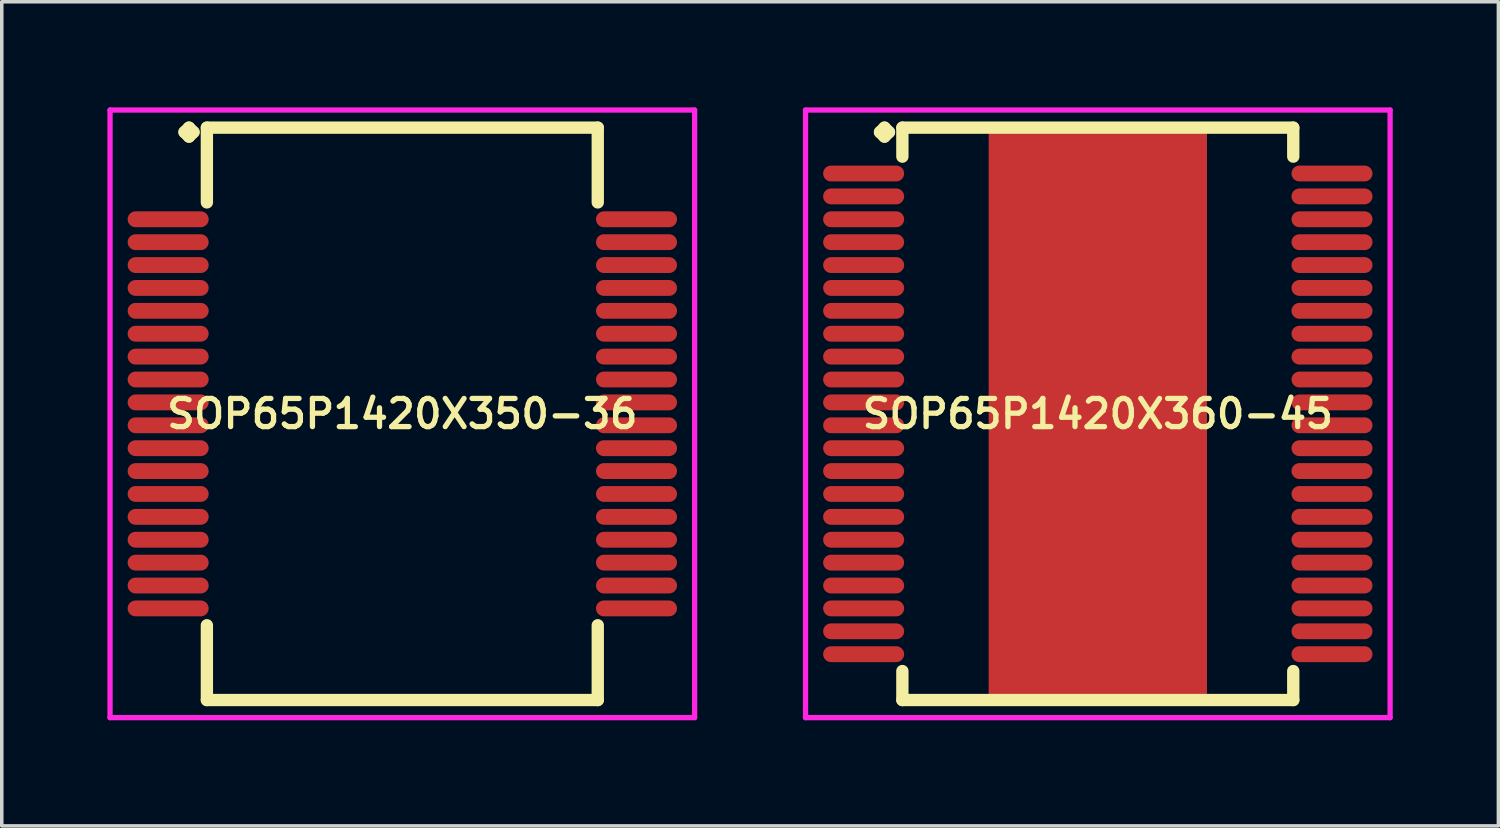
<source format=kicad_pcb>
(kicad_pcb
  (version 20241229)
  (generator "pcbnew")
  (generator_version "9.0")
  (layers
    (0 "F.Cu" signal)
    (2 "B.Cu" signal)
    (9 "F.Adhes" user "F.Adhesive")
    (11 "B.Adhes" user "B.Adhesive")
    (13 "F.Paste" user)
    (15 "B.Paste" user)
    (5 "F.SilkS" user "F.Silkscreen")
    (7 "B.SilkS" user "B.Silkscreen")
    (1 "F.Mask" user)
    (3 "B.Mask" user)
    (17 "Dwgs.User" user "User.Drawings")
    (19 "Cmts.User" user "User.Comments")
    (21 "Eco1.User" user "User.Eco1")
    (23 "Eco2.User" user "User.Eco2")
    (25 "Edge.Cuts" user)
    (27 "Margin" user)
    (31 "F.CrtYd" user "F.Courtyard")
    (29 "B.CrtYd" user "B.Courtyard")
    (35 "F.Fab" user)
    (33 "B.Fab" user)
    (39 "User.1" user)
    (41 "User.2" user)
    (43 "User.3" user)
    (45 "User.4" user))
  (footprint "SOP65P1420X350-36"
    (layer "F.Cu")
    (at 8.375 8.702)
    (property "Reference" "SOP65P1420X350-36" (at 0 0 0) (layer "F.SilkS") (effects (font (size 0.8 0.8) (thickness 0.15))))
    (attr smd)
    (fp_line (start -6.185 -8) (end -6.058 -8.127) (stroke (width 0.35) (type solid)) (layer "F.SilkS"))
    (fp_line (start -6.058 -8.127) (end -5.931 -8) (stroke (width 0.35) (type solid)) (layer "F.SilkS"))
    (fp_line (start -6.058 -7.873) (end -6.185 -8) (stroke (width 0.35) (type solid)) (layer "F.SilkS"))
    (fp_line (start -5.931 -8) (end -6.058 -7.873) (stroke (width 0.35) (type solid)) (layer "F.SilkS"))
    (fp_line (start -5.55 -8.127) (end 5.55 -8.127) (stroke (width 0.35) (type solid)) (layer "F.SilkS"))
    (fp_line (start -5.55 -6.004) (end -5.55 -8.127) (stroke (width 0.35) (type solid)) (layer "F.SilkS"))
    (fp_line (start -5.55 6.004) (end -5.55 8.127) (stroke (width 0.35) (type solid)) (layer "F.SilkS"))
    (fp_line (start -5.55 8.127) (end 5.55 8.127) (stroke (width 0.35) (type solid)) (layer "F.SilkS"))
    (fp_line (start 5.55 -8.127) (end 5.55 -6.004) (stroke (width 0.35) (type solid)) (layer "F.SilkS"))
    (fp_line (start 5.55 8.127) (end 5.55 6.004) (stroke (width 0.35) (type solid)) (layer "F.SilkS"))
    (fp_line (start -8.3 -8.627) (end 8.3 -8.627) (stroke (width 0.15) (type solid)) (layer "F.CrtYd"))
    (fp_line (start -8.3 8.627) (end -8.3 -8.627) (stroke (width 0.15) (type solid)) (layer "F.CrtYd"))
    (fp_line (start 8.3 -8.627) (end 8.3 8.627) (stroke (width 0.15) (type solid)) (layer "F.CrtYd"))
    (fp_line (start 8.3 8.627) (end -8.3 8.627) (stroke (width 0.15) (type solid)) (layer "F.CrtYd"))
    (pad "1" smd oval (at -6.65 -5.525) (size 2.3 0.45) (layers "F.Cu" "F.Mask" "F.Paste"))
    (pad "2" smd oval (at -6.65 -4.875) (size 2.3 0.45) (layers "F.Cu" "F.Mask" "F.Paste"))
    (pad "3" smd oval (at -6.65 -4.225) (size 2.3 0.45) (layers "F.Cu" "F.Mask" "F.Paste"))
    (pad "4" smd oval (at -6.65 -3.575) (size 2.3 0.45) (layers "F.Cu" "F.Mask" "F.Paste"))
    (pad "5" smd oval (at -6.65 -2.925) (size 2.3 0.45) (layers "F.Cu" "F.Mask" "F.Paste"))
    (pad "6" smd oval (at -6.65 -2.275) (size 2.3 0.45) (layers "F.Cu" "F.Mask" "F.Paste"))
    (pad "7" smd oval (at -6.65 -1.625) (size 2.3 0.45) (layers "F.Cu" "F.Mask" "F.Paste"))
    (pad "8" smd oval (at -6.65 -0.975) (size 2.3 0.45) (layers "F.Cu" "F.Mask" "F.Paste"))
    (pad "9" smd oval (at -6.65 -0.325) (size 2.3 0.45) (layers "F.Cu" "F.Mask" "F.Paste"))
    (pad "10" smd oval (at -6.65 0.325) (size 2.3 0.45) (layers "F.Cu" "F.Mask" "F.Paste"))
    (pad "11" smd oval (at -6.65 0.975) (size 2.3 0.45) (layers "F.Cu" "F.Mask" "F.Paste"))
    (pad "12" smd oval (at -6.65 1.625) (size 2.3 0.45) (layers "F.Cu" "F.Mask" "F.Paste"))
    (pad "13" smd oval (at -6.65 2.275) (size 2.3 0.45) (layers "F.Cu" "F.Mask" "F.Paste"))
    (pad "14" smd oval (at -6.65 2.925) (size 2.3 0.45) (layers "F.Cu" "F.Mask" "F.Paste"))
    (pad "15" smd oval (at -6.65 3.575) (size 2.3 0.45) (layers "F.Cu" "F.Mask" "F.Paste"))
    (pad "16" smd oval (at -6.65 4.225) (size 2.3 0.45) (layers "F.Cu" "F.Mask" "F.Paste"))
    (pad "17" smd oval (at -6.65 4.875) (size 2.3 0.45) (layers "F.Cu" "F.Mask" "F.Paste"))
    (pad "18" smd oval (at -6.65 5.525) (size 2.3 0.45) (layers "F.Cu" "F.Mask" "F.Paste"))
    (pad "19" smd oval (at 6.65 5.525) (size 2.3 0.45) (layers "F.Cu" "F.Mask" "F.Paste"))
    (pad "20" smd oval (at 6.65 4.875) (size 2.3 0.45) (layers "F.Cu" "F.Mask" "F.Paste"))
    (pad "21" smd oval (at 6.65 4.225) (size 2.3 0.45) (layers "F.Cu" "F.Mask" "F.Paste"))
    (pad "22" smd oval (at 6.65 3.575) (size 2.3 0.45) (layers "F.Cu" "F.Mask" "F.Paste"))
    (pad "23" smd oval (at 6.65 2.925) (size 2.3 0.45) (layers "F.Cu" "F.Mask" "F.Paste"))
    (pad "24" smd oval (at 6.65 2.275) (size 2.3 0.45) (layers "F.Cu" "F.Mask" "F.Paste"))
    (pad "25" smd oval (at 6.65 1.625) (size 2.3 0.45) (layers "F.Cu" "F.Mask" "F.Paste"))
    (pad "26" smd oval (at 6.65 0.975) (size 2.3 0.45) (layers "F.Cu" "F.Mask" "F.Paste"))
    (pad "27" smd oval (at 6.65 0.325) (size 2.3 0.45) (layers "F.Cu" "F.Mask" "F.Paste"))
    (pad "28" smd oval (at 6.65 -0.325) (size 2.3 0.45) (layers "F.Cu" "F.Mask" "F.Paste"))
    (pad "29" smd oval (at 6.65 -0.975) (size 2.3 0.45) (layers "F.Cu" "F.Mask" "F.Paste"))
    (pad "30" smd oval (at 6.65 -1.625) (size 2.3 0.45) (layers "F.Cu" "F.Mask" "F.Paste"))
    (pad "31" smd oval (at 6.65 -2.275) (size 2.3 0.45) (layers "F.Cu" "F.Mask" "F.Paste"))
    (pad "32" smd oval (at 6.65 -2.925) (size 2.3 0.45) (layers "F.Cu" "F.Mask" "F.Paste"))
    (pad "33" smd oval (at 6.65 -3.575) (size 2.3 0.45) (layers "F.Cu" "F.Mask" "F.Paste"))
    (pad "34" smd oval (at 6.65 -4.225) (size 2.3 0.45) (layers "F.Cu" "F.Mask" "F.Paste"))
    (pad "35" smd oval (at 6.65 -4.875) (size 2.3 0.45) (layers "F.Cu" "F.Mask" "F.Paste"))
    (pad "36" smd oval (at 6.65 -5.525) (size 2.3 0.45) (layers "F.Cu" "F.Mask" "F.Paste")))
  (footprint "SOP65P1420X360-45"
    (layer "F.Cu")
    (at 28.125 8.702)
    (property "Reference" "SOP65P1420X360-45" (at 0 0 0) (layer "F.SilkS") (effects (font (size 0.8 0.8) (thickness 0.15))))
    (attr smd)
    (fp_line (start -6.185 -8) (end -6.058 -8.127) (stroke (width 0.35) (type solid)) (layer "F.SilkS"))
    (fp_line (start -6.058 -8.127) (end -5.931 -8) (stroke (width 0.35) (type solid)) (layer "F.SilkS"))
    (fp_line (start -6.058 -7.873) (end -6.185 -8) (stroke (width 0.35) (type solid)) (layer "F.SilkS"))
    (fp_line (start -5.931 -8) (end -6.058 -7.873) (stroke (width 0.35) (type solid)) (layer "F.SilkS"))
    (fp_line (start -5.55 -8.127) (end 5.55 -8.127) (stroke (width 0.35) (type solid)) (layer "F.SilkS"))
    (fp_line (start -5.55 -7.304) (end -5.55 -8.127) (stroke (width 0.35) (type solid)) (layer "F.SilkS"))
    (fp_line (start -5.55 7.304) (end -5.55 8.127) (stroke (width 0.35) (type solid)) (layer "F.SilkS"))
    (fp_line (start -5.55 8.127) (end 5.55 8.127) (stroke (width 0.35) (type solid)) (layer "F.SilkS"))
    (fp_line (start 5.55 -8.127) (end 5.55 -7.304) (stroke (width 0.35) (type solid)) (layer "F.SilkS"))
    (fp_line (start 5.55 8.127) (end 5.55 7.304) (stroke (width 0.35) (type solid)) (layer "F.SilkS"))
    (fp_line (start -8.3 -8.627) (end 8.3 -8.627) (stroke (width 0.15) (type solid)) (layer "F.CrtYd"))
    (fp_line (start -8.3 8.627) (end -8.3 -8.627) (stroke (width 0.15) (type solid)) (layer "F.CrtYd"))
    (fp_line (start 8.3 -8.627) (end 8.3 8.627) (stroke (width 0.15) (type solid)) (layer "F.CrtYd"))
    (fp_line (start 8.3 8.627) (end -8.3 8.627) (stroke (width 0.15) (type solid)) (layer "F.CrtYd"))
    (pad "1" smd oval (at -6.65 -6.825) (size 2.3 0.45) (layers "F.Cu" "F.Mask" "F.Paste"))
    (pad "2" smd oval (at -6.65 -6.175) (size 2.3 0.45) (layers "F.Cu" "F.Mask" "F.Paste"))
    (pad "3" smd oval (at -6.65 -5.525) (size 2.3 0.45) (layers "F.Cu" "F.Mask" "F.Paste"))
    (pad "4" smd oval (at -6.65 -4.875) (size 2.3 0.45) (layers "F.Cu" "F.Mask" "F.Paste"))
    (pad "5" smd oval (at -6.65 -4.225) (size 2.3 0.45) (layers "F.Cu" "F.Mask" "F.Paste"))
    (pad "6" smd oval (at -6.65 -3.575) (size 2.3 0.45) (layers "F.Cu" "F.Mask" "F.Paste"))
    (pad "7" smd oval (at -6.65 -2.925) (size 2.3 0.45) (layers "F.Cu" "F.Mask" "F.Paste"))
    (pad "8" smd oval (at -6.65 -2.275) (size 2.3 0.45) (layers "F.Cu" "F.Mask" "F.Paste"))
    (pad "9" smd oval (at -6.65 -1.625) (size 2.3 0.45) (layers "F.Cu" "F.Mask" "F.Paste"))
    (pad "10" smd oval (at -6.65 -0.975) (size 2.3 0.45) (layers "F.Cu" "F.Mask" "F.Paste"))
    (pad "11" smd oval (at -6.65 -0.325) (size 2.3 0.45) (layers "F.Cu" "F.Mask" "F.Paste"))
    (pad "12" smd oval (at -6.65 0.325) (size 2.3 0.45) (layers "F.Cu" "F.Mask" "F.Paste"))
    (pad "13" smd oval (at -6.65 0.975) (size 2.3 0.45) (layers "F.Cu" "F.Mask" "F.Paste"))
    (pad "14" smd oval (at -6.65 1.625) (size 2.3 0.45) (layers "F.Cu" "F.Mask" "F.Paste"))
    (pad "15" smd oval (at -6.65 2.275) (size 2.3 0.45) (layers "F.Cu" "F.Mask" "F.Paste"))
    (pad "16" smd oval (at -6.65 2.925) (size 2.3 0.45) (layers "F.Cu" "F.Mask" "F.Paste"))
    (pad "17" smd oval (at -6.65 3.575) (size 2.3 0.45) (layers "F.Cu" "F.Mask" "F.Paste"))
    (pad "18" smd oval (at -6.65 4.225) (size 2.3 0.45) (layers "F.Cu" "F.Mask" "F.Paste"))
    (pad "19" smd oval (at -6.65 4.875) (size 2.3 0.45) (layers "F.Cu" "F.Mask" "F.Paste"))
    (pad "20" smd oval (at -6.65 5.525) (size 2.3 0.45) (layers "F.Cu" "F.Mask" "F.Paste"))
    (pad "21" smd oval (at -6.65 6.175) (size 2.3 0.45) (layers "F.Cu" "F.Mask" "F.Paste"))
    (pad "22" smd oval (at -6.65 6.825) (size 2.3 0.45) (layers "F.Cu" "F.Mask" "F.Paste"))
    (pad "23" smd oval (at 6.65 6.825) (size 2.3 0.45) (layers "F.Cu" "F.Mask" "F.Paste"))
    (pad "24" smd oval (at 6.65 6.175) (size 2.3 0.45) (layers "F.Cu" "F.Mask" "F.Paste"))
    (pad "25" smd oval (at 6.65 5.525) (size 2.3 0.45) (layers "F.Cu" "F.Mask" "F.Paste"))
    (pad "26" smd oval (at 6.65 4.875) (size 2.3 0.45) (layers "F.Cu" "F.Mask" "F.Paste"))
    (pad "27" smd oval (at 6.65 4.225) (size 2.3 0.45) (layers "F.Cu" "F.Mask" "F.Paste"))
    (pad "28" smd oval (at 6.65 3.575) (size 2.3 0.45) (layers "F.Cu" "F.Mask" "F.Paste"))
    (pad "29" smd oval (at 6.65 2.925) (size 2.3 0.45) (layers "F.Cu" "F.Mask" "F.Paste"))
    (pad "30" smd oval (at 6.65 2.275) (size 2.3 0.45) (layers "F.Cu" "F.Mask" "F.Paste"))
    (pad "31" smd oval (at 6.65 1.625) (size 2.3 0.45) (layers "F.Cu" "F.Mask" "F.Paste"))
    (pad "32" smd oval (at 6.65 0.975) (size 2.3 0.45) (layers "F.Cu" "F.Mask" "F.Paste"))
    (pad "33" smd oval (at 6.65 0.325) (size 2.3 0.45) (layers "F.Cu" "F.Mask" "F.Paste"))
    (pad "34" smd oval (at 6.65 -0.325) (size 2.3 0.45) (layers "F.Cu" "F.Mask" "F.Paste"))
    (pad "35" smd oval (at 6.65 -0.975) (size 2.3 0.45) (layers "F.Cu" "F.Mask" "F.Paste"))
    (pad "36" smd oval (at 6.65 -1.625) (size 2.3 0.45) (layers "F.Cu" "F.Mask" "F.Paste"))
    (pad "37" smd oval (at 6.65 -2.275) (size 2.3 0.45) (layers "F.Cu" "F.Mask" "F.Paste"))
    (pad "38" smd oval (at 6.65 -2.925) (size 2.3 0.45) (layers "F.Cu" "F.Mask" "F.Paste"))
    (pad "39" smd oval (at 6.65 -3.575) (size 2.3 0.45) (layers "F.Cu" "F.Mask" "F.Paste"))
    (pad "40" smd oval (at 6.65 -4.225) (size 2.3 0.45) (layers "F.Cu" "F.Mask" "F.Paste"))
    (pad "41" smd oval (at 6.65 -4.875) (size 2.3 0.45) (layers "F.Cu" "F.Mask" "F.Paste"))
    (pad "42" smd oval (at 6.65 -5.525) (size 2.3 0.45) (layers "F.Cu" "F.Mask" "F.Paste"))
    (pad "43" smd oval (at 6.65 -6.175) (size 2.3 0.45) (layers "F.Cu" "F.Mask" "F.Paste"))
    (pad "44" smd oval (at 6.65 -6.825) (size 2.3 0.45) (layers "F.Cu" "F.Mask" "F.Paste"))
    (pad "45" smd rect (at 0 0) (size 6.2 16) (layers "F.Cu" "F.Mask" "F.Paste")))
  (gr_rect
    (start -3 -3)
    (end 39.5 20.404)
    (stroke (width 0.1) (type default))
    (fill no)
    (layer "Edge.Cuts")))
</source>
